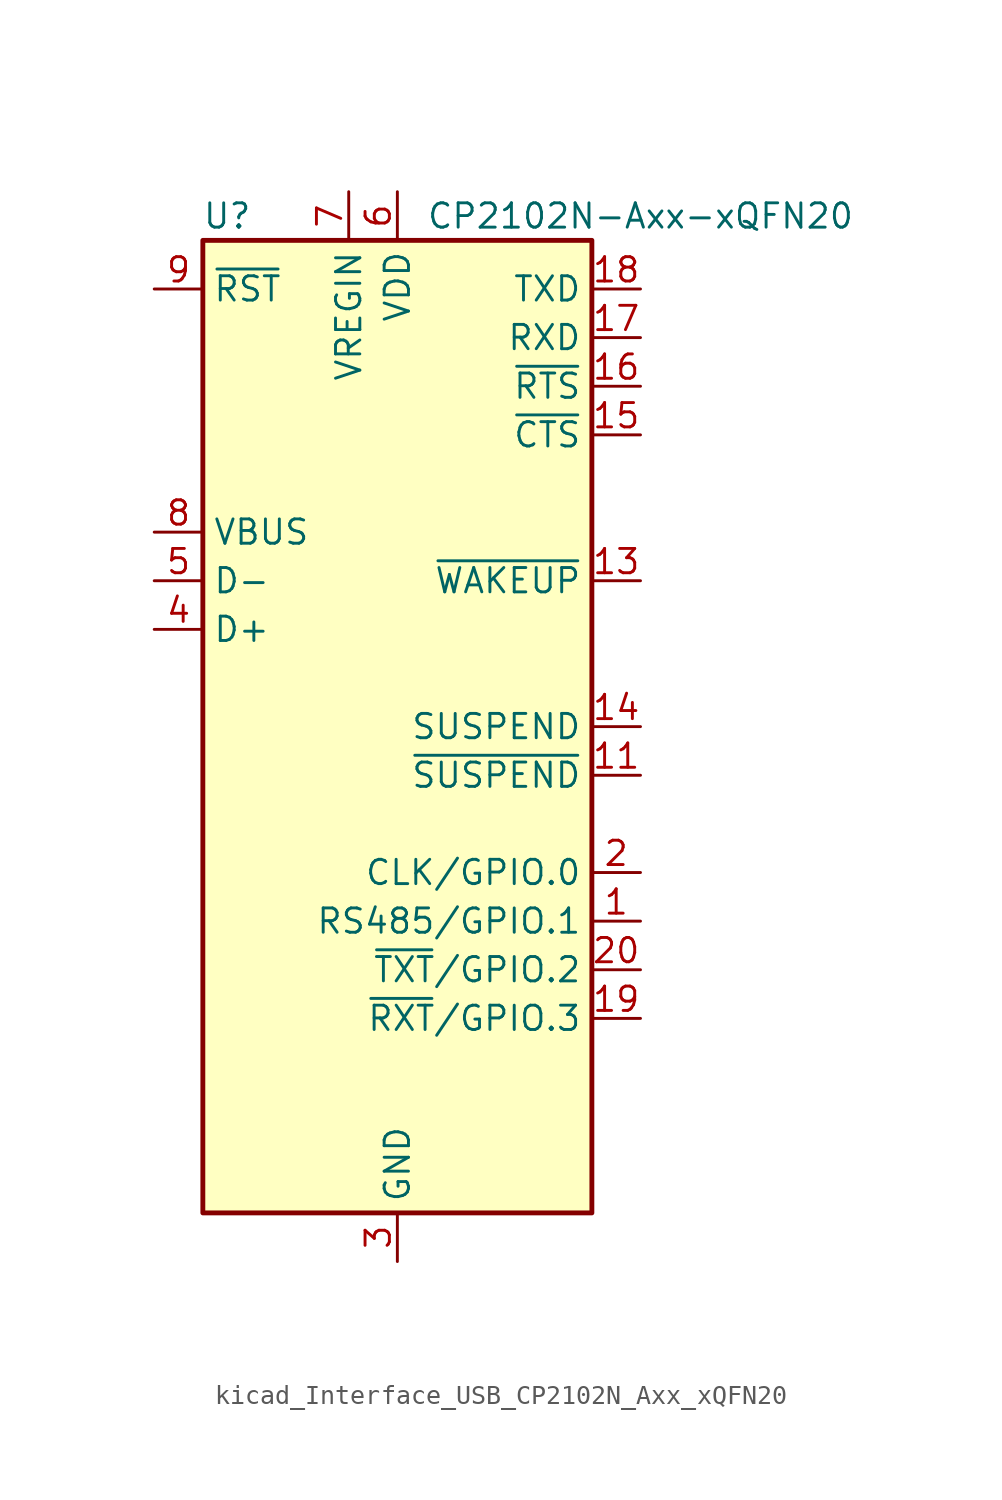
<source format=kicad_sym>
(kicad_symbol_lib
  (version 20220914)
  (generator kicad_symbol_editor)
  (symbol "kicad_Interface_USB_CP2102N_Axx_xQFN20"
    (property "Reference" "U"
      (at -8.89 26.67 0)
      (effects (font (size 1.27 1.27))))
    (property "Value" "CP2102N-Axx-xQFN20"
      (at 12.7 26.67 0)
      (effects (font (size 1.27 1.27))))
    (symbol "kicad_Interface_USB_CP2102N_Axx_xQFN20_0_1"
      (rectangle (start -10.16 25.4) (end 10.16 -25.4) (stroke (width 0.254) (type default)) (fill (type background))))
    (symbol "kicad_Interface_USB_CP2102N_Axx_xQFN20_1_1"
      (pin bidirectional line (at 12.7 -10.16 180) (length 2.54) (name "RS485/GPIO.1" (effects (font (size 1.27 1.27)))) (number "1" (effects (font (size 1.27 1.27)))))
      (pin no_connect line (at -10.16 -22.86 0) (length 2.54) hide (name "NC" (effects (font (size 1.27 1.27)))) (number "10" (effects (font (size 1.27 1.27)))))
      (pin output line (at 12.7 -2.54 180) (length 2.54) (name "~{SUSPEND}" (effects (font (size 1.27 1.27)))) (number "11" (effects (font (size 1.27 1.27)))))
      (pin passive line (at 0 -27.94 90) (length 2.54) hide (name "GND" (effects (font (size 1.27 1.27)))) (number "12" (effects (font (size 1.27 1.27)))))
      (pin input line (at 12.7 7.62 180) (length 2.54) (name "~{WAKEUP}" (effects (font (size 1.27 1.27)))) (number "13" (effects (font (size 1.27 1.27)))))
      (pin output line (at 12.7 0 180) (length 2.54) (name "SUSPEND" (effects (font (size 1.27 1.27)))) (number "14" (effects (font (size 1.27 1.27)))))
      (pin input line (at 12.7 15.24 180) (length 2.54) (name "~{CTS}" (effects (font (size 1.27 1.27)))) (number "15" (effects (font (size 1.27 1.27)))))
      (pin output line (at 12.7 17.78 180) (length 2.54) (name "~{RTS}" (effects (font (size 1.27 1.27)))) (number "16" (effects (font (size 1.27 1.27)))))
      (pin input line (at 12.7 20.32 180) (length 2.54) (name "RXD" (effects (font (size 1.27 1.27)))) (number "17" (effects (font (size 1.27 1.27)))))
      (pin output line (at 12.7 22.86 180) (length 2.54) (name "TXD" (effects (font (size 1.27 1.27)))) (number "18" (effects (font (size 1.27 1.27)))))
      (pin bidirectional line (at 12.7 -15.24 180) (length 2.54) (name "~{RXT}/GPIO.3" (effects (font (size 1.27 1.27)))) (number "19" (effects (font (size 1.27 1.27)))))
      (pin bidirectional line (at 12.7 -7.62 180) (length 2.54) (name "CLK/GPIO.0" (effects (font (size 1.27 1.27)))) (number "2" (effects (font (size 1.27 1.27)))))
      (pin bidirectional line (at 12.7 -12.7 180) (length 2.54) (name "~{TXT}/GPIO.2" (effects (font (size 1.27 1.27)))) (number "20" (effects (font (size 1.27 1.27)))))
      (pin passive line (at 0 -27.94 90) (length 2.54) hide (name "GND" (effects (font (size 1.27 1.27)))) (number "21" (effects (font (size 1.27 1.27)))))
      (pin power_in line (at 0 -27.94 90) (length 2.54) (name "GND" (effects (font (size 1.27 1.27)))) (number "3" (effects (font (size 1.27 1.27)))))
      (pin bidirectional line (at -12.7 5.08 0) (length 2.54) (name "D+" (effects (font (size 1.27 1.27)))) (number "4" (effects (font (size 1.27 1.27)))))
      (pin bidirectional line (at -12.7 7.62 0) (length 2.54) (name "D-" (effects (font (size 1.27 1.27)))) (number "5" (effects (font (size 1.27 1.27)))))
      (pin power_in line (at 0 27.94 270) (length 2.54) (name "VDD" (effects (font (size 1.27 1.27)))) (number "6" (effects (font (size 1.27 1.27)))))
      (pin power_in line (at -2.54 27.94 270) (length 2.54) (name "VREGIN" (effects (font (size 1.27 1.27)))) (number "7" (effects (font (size 1.27 1.27)))))
      (pin input line (at -12.7 10.16 0) (length 2.54) (name "VBUS" (effects (font (size 1.27 1.27)))) (number "8" (effects (font (size 1.27 1.27)))))
      (pin input line (at -12.7 22.86 0) (length 2.54) (name "~{RST}" (effects (font (size 1.27 1.27)))) (number "9" (effects (font (size 1.27 1.27))))))))
</source>
